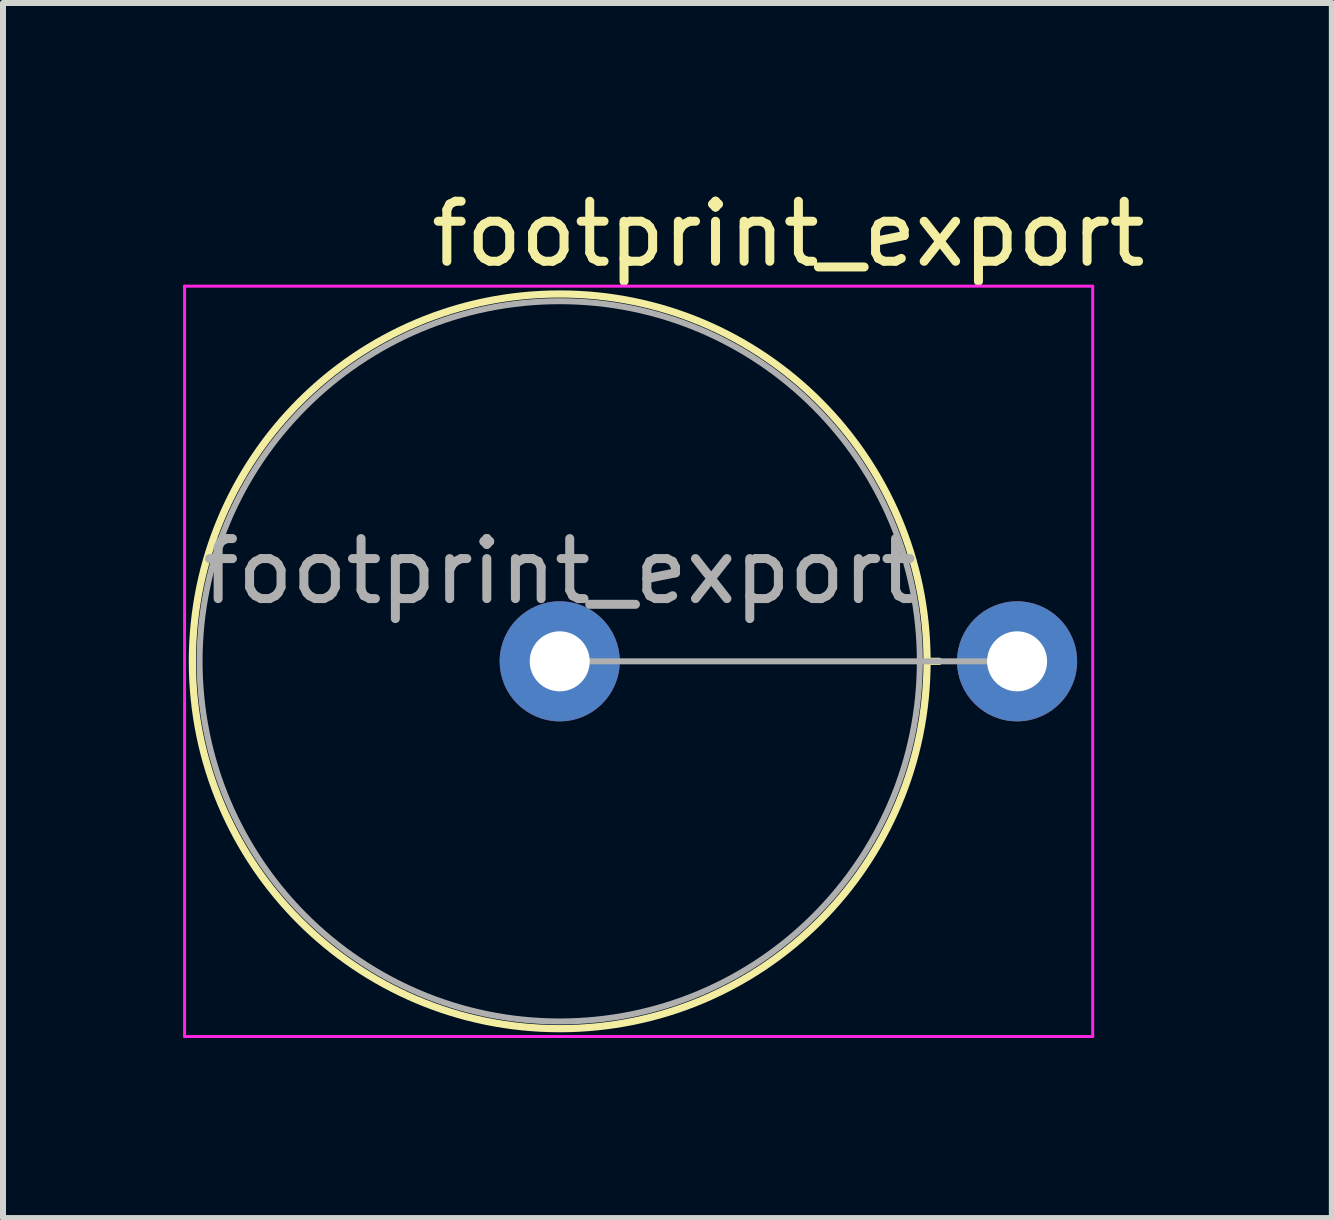
<source format=kicad_pcb>
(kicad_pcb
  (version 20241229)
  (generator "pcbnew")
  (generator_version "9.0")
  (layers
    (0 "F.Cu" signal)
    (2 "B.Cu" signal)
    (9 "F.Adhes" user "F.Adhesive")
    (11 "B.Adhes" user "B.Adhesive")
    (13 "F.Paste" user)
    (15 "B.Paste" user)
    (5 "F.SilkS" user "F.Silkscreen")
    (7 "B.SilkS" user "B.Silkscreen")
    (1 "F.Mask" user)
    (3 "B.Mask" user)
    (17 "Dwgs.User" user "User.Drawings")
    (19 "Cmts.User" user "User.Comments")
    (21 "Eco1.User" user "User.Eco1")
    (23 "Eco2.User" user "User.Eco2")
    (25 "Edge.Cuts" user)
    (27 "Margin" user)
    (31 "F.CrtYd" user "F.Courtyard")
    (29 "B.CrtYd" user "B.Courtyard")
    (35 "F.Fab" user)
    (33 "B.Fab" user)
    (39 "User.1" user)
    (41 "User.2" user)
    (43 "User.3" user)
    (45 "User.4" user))
  (footprint "footprint_export"
    (layer "F.Cu")
    (at 6.275 7.968)
    (property "Reference" "footprint_export" (at 3.81 -7.12 0) (layer "F.SilkS") (effects (font (size 1 1) (thickness 0.15))))
    (attr through_hole)
    (fp_line (start 6.12 0) (end 6.32 0) (stroke (width 0.12) (type solid)) (layer "F.SilkS"))
    (fp_circle (center 0 0) (end 6.12 0) (stroke (width 0.12) (type solid)) (fill no) (layer "F.SilkS"))
    (fp_line (start -6.25 -6.25) (end -6.25 6.25) (stroke (width 0.05) (type solid)) (layer "F.CrtYd"))
    (fp_line (start -6.25 6.25) (end 8.88 6.25) (stroke (width 0.05) (type solid)) (layer "F.CrtYd"))
    (fp_line (start 8.88 -6.25) (end -6.25 -6.25) (stroke (width 0.05) (type solid)) (layer "F.CrtYd"))
    (fp_line (start 8.88 6.25) (end 8.88 -6.25) (stroke (width 0.05) (type solid)) (layer "F.CrtYd"))
    (fp_line (start 0 0) (end 7.62 0) (stroke (width 0.1) (type solid)) (layer "F.Fab"))
    (fp_circle (center 0 0) (end 6 0) (stroke (width 0.1) (type solid)) (fill no) (layer "F.Fab"))
    (fp_text user "${REFERENCE}" (at 0 -1.5 0) (layer "F.Fab") (effects (font (size 1 1) (thickness 0.15))))
    (pad "1" thru_hole circle (at 0 0) (size 2 2) (drill 1) (layers "*.Cu" "*.Mask"))
    (pad "2" thru_hole oval (at 7.62 0) (size 2 2) (drill 1) (layers "*.Cu" "*.Mask")))
  (gr_rect
    (start -3 -3)
    (end 19.139 17.243)
    (stroke (width 0.1) (type default))
    (fill no)
    (layer "Edge.Cuts")))
</source>
